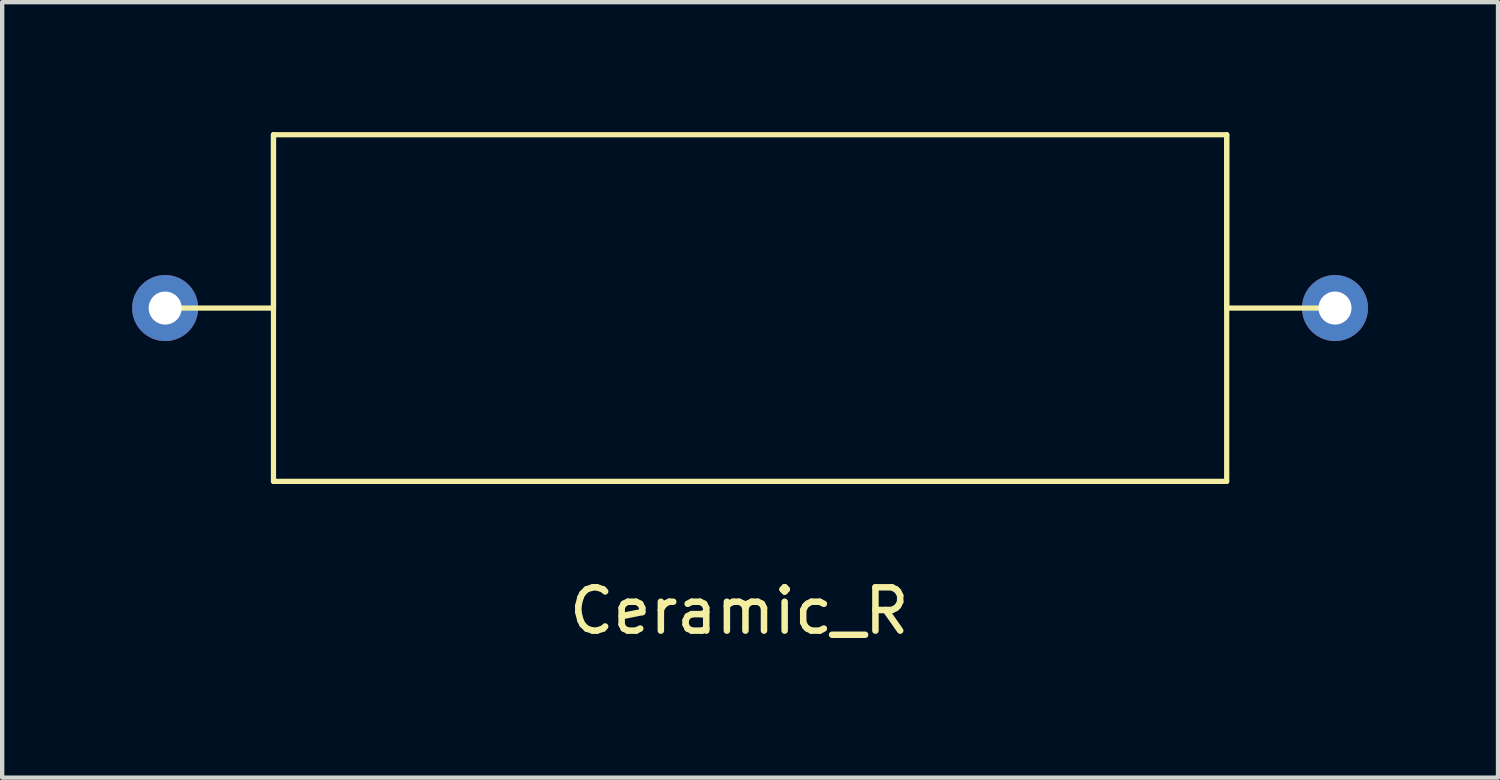
<source format=kicad_pcb>
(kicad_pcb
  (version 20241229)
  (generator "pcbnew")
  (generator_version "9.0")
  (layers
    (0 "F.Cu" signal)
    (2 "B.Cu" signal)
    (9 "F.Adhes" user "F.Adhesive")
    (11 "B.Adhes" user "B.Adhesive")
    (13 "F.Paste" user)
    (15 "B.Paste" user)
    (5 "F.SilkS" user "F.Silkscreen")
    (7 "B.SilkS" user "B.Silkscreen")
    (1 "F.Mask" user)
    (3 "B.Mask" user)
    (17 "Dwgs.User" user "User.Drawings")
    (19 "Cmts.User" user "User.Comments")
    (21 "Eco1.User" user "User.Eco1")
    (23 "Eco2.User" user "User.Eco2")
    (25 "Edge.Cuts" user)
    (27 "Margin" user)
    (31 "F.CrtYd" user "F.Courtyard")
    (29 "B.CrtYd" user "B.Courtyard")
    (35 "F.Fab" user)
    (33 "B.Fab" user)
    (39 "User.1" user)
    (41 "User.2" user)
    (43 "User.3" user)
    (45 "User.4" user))
  (footprint "Ceramic_R"
    (layer "F.Cu")
    (at 13.962 3.86)
    (property "Reference" "Ceramic_R" (at 0.05 7.19 0) (layer "F.SilkS") (effects (font (size 1 1) (thickness 0.15))))
    (attr through_hole)
    (fp_line (start -10.7 -3.8) (end -10.7 0.2) (stroke (width 0.12) (type solid)) (layer "F.SilkS"))
    (fp_line (start -10.7 -3.8) (end 11.3 -3.8) (stroke (width 0.12) (type solid)) (layer "F.SilkS"))
    (fp_line (start -10.7 0.2) (end -13.2 0.2) (stroke (width 0.12) (type solid)) (layer "F.SilkS"))
    (fp_line (start -10.7 4.2) (end -10.7 -3.8) (stroke (width 0.12) (type solid)) (layer "F.SilkS"))
    (fp_line (start 11.3 -3.8) (end 11.3 0.2) (stroke (width 0.12) (type solid)) (layer "F.SilkS"))
    (fp_line (start 11.3 -3.8) (end 11.3 4.2) (stroke (width 0.12) (type solid)) (layer "F.SilkS"))
    (fp_line (start 11.3 0.2) (end 13.8 0.2) (stroke (width 0.12) (type solid)) (layer "F.SilkS"))
    (fp_line (start 11.3 4.2) (end -10.7 4.2) (stroke (width 0.12) (type solid)) (layer "F.SilkS"))
    (pad "1" thru_hole circle (at 13.8 0.2) (size 1.524 1.524) (drill 0.762) (layers "*.Cu" "*.Mask"))
    (pad "2" thru_hole circle (at -13.2 0.2) (size 1.524 1.524) (drill 0.762) (layers "*.Cu" "*.Mask")))
  (gr_rect
    (start -3 -3)
    (end 31.524 14.898)
    (stroke (width 0.1) (type default))
    (fill no)
    (layer "Edge.Cuts")))
</source>
